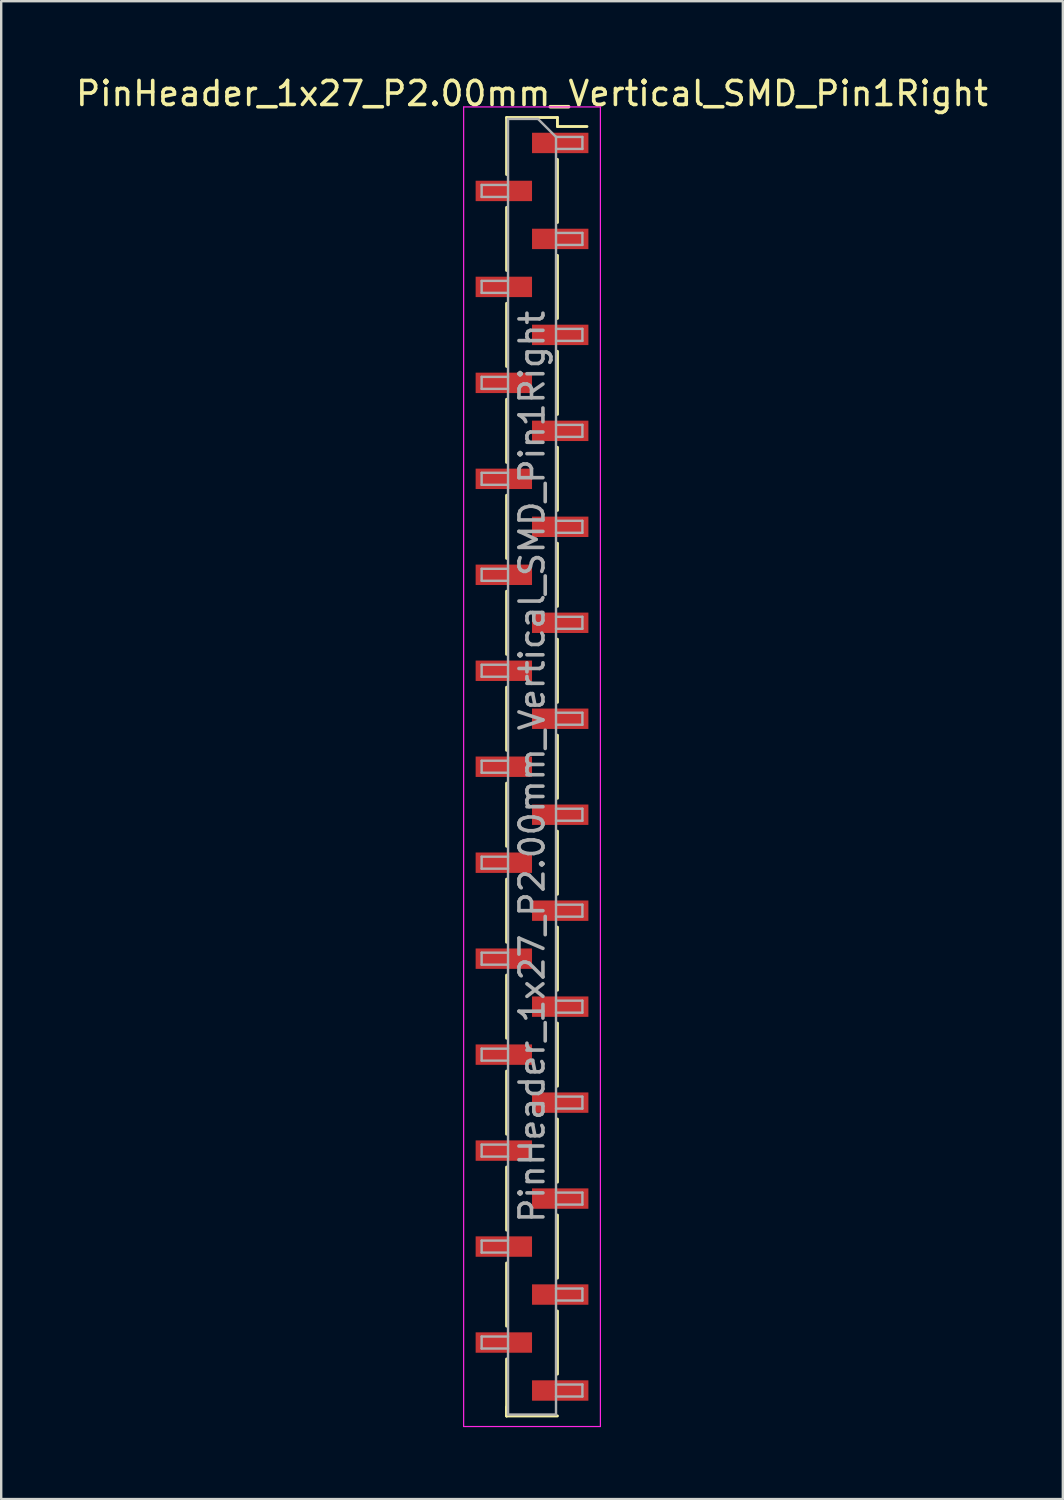
<source format=kicad_pcb>
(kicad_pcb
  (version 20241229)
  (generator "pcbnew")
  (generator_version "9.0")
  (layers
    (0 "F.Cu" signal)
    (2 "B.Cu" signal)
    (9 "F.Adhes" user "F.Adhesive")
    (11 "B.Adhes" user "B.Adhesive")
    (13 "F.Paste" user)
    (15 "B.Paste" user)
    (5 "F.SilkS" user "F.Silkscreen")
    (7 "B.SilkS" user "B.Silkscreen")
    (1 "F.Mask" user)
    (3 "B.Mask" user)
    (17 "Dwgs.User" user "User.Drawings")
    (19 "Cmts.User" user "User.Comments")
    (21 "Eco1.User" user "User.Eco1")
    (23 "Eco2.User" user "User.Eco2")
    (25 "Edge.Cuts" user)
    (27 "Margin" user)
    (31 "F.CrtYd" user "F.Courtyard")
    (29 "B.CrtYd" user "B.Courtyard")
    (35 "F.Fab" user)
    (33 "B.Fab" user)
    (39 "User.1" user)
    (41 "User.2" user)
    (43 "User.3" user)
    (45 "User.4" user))
  (footprint "PinHeader_1x27_P2.00mm_Vertical_SMD_Pin1Right"
    (layer "F.Cu")
    (at 19.125 28.908)
    (property "Reference" "PinHeader_1x27_P2.00mm_Vertical_SMD_Pin1Right" (at 0 -28.06 0) (layer "F.SilkS") (effects (font (size 1 1) (thickness 0.15))))
    (attr smd)
    (fp_line (start -1.06 -27.06) (end -1.06 -24.685) (stroke (width 0.12) (type solid)) (layer "F.SilkS"))
    (fp_line (start -1.06 -27.06) (end 1.06 -27.06) (stroke (width 0.12) (type solid)) (layer "F.SilkS"))
    (fp_line (start -1.06 -23.315) (end -1.06 -20.685) (stroke (width 0.12) (type solid)) (layer "F.SilkS"))
    (fp_line (start -1.06 -19.315) (end -1.06 -16.685) (stroke (width 0.12) (type solid)) (layer "F.SilkS"))
    (fp_line (start -1.06 -15.315) (end -1.06 -12.685) (stroke (width 0.12) (type solid)) (layer "F.SilkS"))
    (fp_line (start -1.06 -11.315) (end -1.06 -8.685) (stroke (width 0.12) (type solid)) (layer "F.SilkS"))
    (fp_line (start -1.06 -7.315) (end -1.06 -4.685) (stroke (width 0.12) (type solid)) (layer "F.SilkS"))
    (fp_line (start -1.06 -3.315) (end -1.06 -0.685) (stroke (width 0.12) (type solid)) (layer "F.SilkS"))
    (fp_line (start -1.06 0.685) (end -1.06 3.315) (stroke (width 0.12) (type solid)) (layer "F.SilkS"))
    (fp_line (start -1.06 4.685) (end -1.06 7.315) (stroke (width 0.12) (type solid)) (layer "F.SilkS"))
    (fp_line (start -1.06 8.685) (end -1.06 11.315) (stroke (width 0.12) (type solid)) (layer "F.SilkS"))
    (fp_line (start -1.06 12.685) (end -1.06 15.315) (stroke (width 0.12) (type solid)) (layer "F.SilkS"))
    (fp_line (start -1.06 16.685) (end -1.06 19.315) (stroke (width 0.12) (type solid)) (layer "F.SilkS"))
    (fp_line (start -1.06 20.685) (end -1.06 23.315) (stroke (width 0.12) (type solid)) (layer "F.SilkS"))
    (fp_line (start -1.06 24.685) (end -1.06 27.06) (stroke (width 0.12) (type solid)) (layer "F.SilkS"))
    (fp_line (start -1.06 26.685) (end -1.06 27.06) (stroke (width 0.12) (type solid)) (layer "F.SilkS"))
    (fp_line (start -1.06 27.06) (end 1.06 27.06) (stroke (width 0.12) (type solid)) (layer "F.SilkS"))
    (fp_line (start 1.06 -27.06) (end 1.06 -26.685) (stroke (width 0.12) (type solid)) (layer "F.SilkS"))
    (fp_line (start 1.06 -26.685) (end 2.29 -26.685) (stroke (width 0.12) (type solid)) (layer "F.SilkS"))
    (fp_line (start 1.06 -25.315) (end 1.06 -22.685) (stroke (width 0.12) (type solid)) (layer "F.SilkS"))
    (fp_line (start 1.06 -21.315) (end 1.06 -18.685) (stroke (width 0.12) (type solid)) (layer "F.SilkS"))
    (fp_line (start 1.06 -17.315) (end 1.06 -14.685) (stroke (width 0.12) (type solid)) (layer "F.SilkS"))
    (fp_line (start 1.06 -13.315) (end 1.06 -10.685) (stroke (width 0.12) (type solid)) (layer "F.SilkS"))
    (fp_line (start 1.06 -9.315) (end 1.06 -6.685) (stroke (width 0.12) (type solid)) (layer "F.SilkS"))
    (fp_line (start 1.06 -5.315) (end 1.06 -2.685) (stroke (width 0.12) (type solid)) (layer "F.SilkS"))
    (fp_line (start 1.06 -1.315) (end 1.06 1.315) (stroke (width 0.12) (type solid)) (layer "F.SilkS"))
    (fp_line (start 1.06 2.685) (end 1.06 5.315) (stroke (width 0.12) (type solid)) (layer "F.SilkS"))
    (fp_line (start 1.06 6.685) (end 1.06 9.315) (stroke (width 0.12) (type solid)) (layer "F.SilkS"))
    (fp_line (start 1.06 10.685) (end 1.06 13.315) (stroke (width 0.12) (type solid)) (layer "F.SilkS"))
    (fp_line (start 1.06 14.685) (end 1.06 17.315) (stroke (width 0.12) (type solid)) (layer "F.SilkS"))
    (fp_line (start 1.06 18.685) (end 1.06 21.315) (stroke (width 0.12) (type solid)) (layer "F.SilkS"))
    (fp_line (start 1.06 22.685) (end 1.06 25.315) (stroke (width 0.12) (type solid)) (layer "F.SilkS"))
    (fp_line (start -2.85 -27.5) (end -2.85 27.5) (stroke (width 0.05) (type solid)) (layer "F.CrtYd"))
    (fp_line (start -2.85 27.5) (end 2.85 27.5) (stroke (width 0.05) (type solid)) (layer "F.CrtYd"))
    (fp_line (start 2.85 -27.5) (end -2.85 -27.5) (stroke (width 0.05) (type solid)) (layer "F.CrtYd"))
    (fp_line (start 2.85 27.5) (end 2.85 -27.5) (stroke (width 0.05) (type solid)) (layer "F.CrtYd"))
    (fp_line (start -2.1 -24.25) (end -2.1 -23.75) (stroke (width 0.1) (type solid)) (layer "F.Fab"))
    (fp_line (start -2.1 -23.75) (end -1 -23.75) (stroke (width 0.1) (type solid)) (layer "F.Fab"))
    (fp_line (start -2.1 -20.25) (end -2.1 -19.75) (stroke (width 0.1) (type solid)) (layer "F.Fab"))
    (fp_line (start -2.1 -19.75) (end -1 -19.75) (stroke (width 0.1) (type solid)) (layer "F.Fab"))
    (fp_line (start -2.1 -16.25) (end -2.1 -15.75) (stroke (width 0.1) (type solid)) (layer "F.Fab"))
    (fp_line (start -2.1 -15.75) (end -1 -15.75) (stroke (width 0.1) (type solid)) (layer "F.Fab"))
    (fp_line (start -2.1 -12.25) (end -2.1 -11.75) (stroke (width 0.1) (type solid)) (layer "F.Fab"))
    (fp_line (start -2.1 -11.75) (end -1 -11.75) (stroke (width 0.1) (type solid)) (layer "F.Fab"))
    (fp_line (start -2.1 -8.25) (end -2.1 -7.75) (stroke (width 0.1) (type solid)) (layer "F.Fab"))
    (fp_line (start -2.1 -7.75) (end -1 -7.75) (stroke (width 0.1) (type solid)) (layer "F.Fab"))
    (fp_line (start -2.1 -4.25) (end -2.1 -3.75) (stroke (width 0.1) (type solid)) (layer "F.Fab"))
    (fp_line (start -2.1 -3.75) (end -1 -3.75) (stroke (width 0.1) (type solid)) (layer "F.Fab"))
    (fp_line (start -2.1 -0.25) (end -2.1 0.25) (stroke (width 0.1) (type solid)) (layer "F.Fab"))
    (fp_line (start -2.1 0.25) (end -1 0.25) (stroke (width 0.1) (type solid)) (layer "F.Fab"))
    (fp_line (start -2.1 3.75) (end -2.1 4.25) (stroke (width 0.1) (type solid)) (layer "F.Fab"))
    (fp_line (start -2.1 4.25) (end -1 4.25) (stroke (width 0.1) (type solid)) (layer "F.Fab"))
    (fp_line (start -2.1 7.75) (end -2.1 8.25) (stroke (width 0.1) (type solid)) (layer "F.Fab"))
    (fp_line (start -2.1 8.25) (end -1 8.25) (stroke (width 0.1) (type solid)) (layer "F.Fab"))
    (fp_line (start -2.1 11.75) (end -2.1 12.25) (stroke (width 0.1) (type solid)) (layer "F.Fab"))
    (fp_line (start -2.1 12.25) (end -1 12.25) (stroke (width 0.1) (type solid)) (layer "F.Fab"))
    (fp_line (start -2.1 15.75) (end -2.1 16.25) (stroke (width 0.1) (type solid)) (layer "F.Fab"))
    (fp_line (start -2.1 16.25) (end -1 16.25) (stroke (width 0.1) (type solid)) (layer "F.Fab"))
    (fp_line (start -2.1 19.75) (end -2.1 20.25) (stroke (width 0.1) (type solid)) (layer "F.Fab"))
    (fp_line (start -2.1 20.25) (end -1 20.25) (stroke (width 0.1) (type solid)) (layer "F.Fab"))
    (fp_line (start -2.1 23.75) (end -2.1 24.25) (stroke (width 0.1) (type solid)) (layer "F.Fab"))
    (fp_line (start -2.1 24.25) (end -1 24.25) (stroke (width 0.1) (type solid)) (layer "F.Fab"))
    (fp_line (start -1 -27) (end -1 27) (stroke (width 0.1) (type solid)) (layer "F.Fab"))
    (fp_line (start -1 -27) (end 0.25 -27) (stroke (width 0.1) (type solid)) (layer "F.Fab"))
    (fp_line (start -1 -24.25) (end -2.1 -24.25) (stroke (width 0.1) (type solid)) (layer "F.Fab"))
    (fp_line (start -1 -20.25) (end -2.1 -20.25) (stroke (width 0.1) (type solid)) (layer "F.Fab"))
    (fp_line (start -1 -16.25) (end -2.1 -16.25) (stroke (width 0.1) (type solid)) (layer "F.Fab"))
    (fp_line (start -1 -12.25) (end -2.1 -12.25) (stroke (width 0.1) (type solid)) (layer "F.Fab"))
    (fp_line (start -1 -8.25) (end -2.1 -8.25) (stroke (width 0.1) (type solid)) (layer "F.Fab"))
    (fp_line (start -1 -4.25) (end -2.1 -4.25) (stroke (width 0.1) (type solid)) (layer "F.Fab"))
    (fp_line (start -1 -0.25) (end -2.1 -0.25) (stroke (width 0.1) (type solid)) (layer "F.Fab"))
    (fp_line (start -1 3.75) (end -2.1 3.75) (stroke (width 0.1) (type solid)) (layer "F.Fab"))
    (fp_line (start -1 7.75) (end -2.1 7.75) (stroke (width 0.1) (type solid)) (layer "F.Fab"))
    (fp_line (start -1 11.75) (end -2.1 11.75) (stroke (width 0.1) (type solid)) (layer "F.Fab"))
    (fp_line (start -1 15.75) (end -2.1 15.75) (stroke (width 0.1) (type solid)) (layer "F.Fab"))
    (fp_line (start -1 19.75) (end -2.1 19.75) (stroke (width 0.1) (type solid)) (layer "F.Fab"))
    (fp_line (start -1 23.75) (end -2.1 23.75) (stroke (width 0.1) (type solid)) (layer "F.Fab"))
    (fp_line (start 1 -26.25) (end 0.25 -27) (stroke (width 0.1) (type solid)) (layer "F.Fab"))
    (fp_line (start 1 -26.25) (end 2.1 -26.25) (stroke (width 0.1) (type solid)) (layer "F.Fab"))
    (fp_line (start 1 -22.25) (end 2.1 -22.25) (stroke (width 0.1) (type solid)) (layer "F.Fab"))
    (fp_line (start 1 -18.25) (end 2.1 -18.25) (stroke (width 0.1) (type solid)) (layer "F.Fab"))
    (fp_line (start 1 -14.25) (end 2.1 -14.25) (stroke (width 0.1) (type solid)) (layer "F.Fab"))
    (fp_line (start 1 -10.25) (end 2.1 -10.25) (stroke (width 0.1) (type solid)) (layer "F.Fab"))
    (fp_line (start 1 -6.25) (end 2.1 -6.25) (stroke (width 0.1) (type solid)) (layer "F.Fab"))
    (fp_line (start 1 -2.25) (end 2.1 -2.25) (stroke (width 0.1) (type solid)) (layer "F.Fab"))
    (fp_line (start 1 1.75) (end 2.1 1.75) (stroke (width 0.1) (type solid)) (layer "F.Fab"))
    (fp_line (start 1 5.75) (end 2.1 5.75) (stroke (width 0.1) (type solid)) (layer "F.Fab"))
    (fp_line (start 1 9.75) (end 2.1 9.75) (stroke (width 0.1) (type solid)) (layer "F.Fab"))
    (fp_line (start 1 13.75) (end 2.1 13.75) (stroke (width 0.1) (type solid)) (layer "F.Fab"))
    (fp_line (start 1 17.75) (end 2.1 17.75) (stroke (width 0.1) (type solid)) (layer "F.Fab"))
    (fp_line (start 1 21.75) (end 2.1 21.75) (stroke (width 0.1) (type solid)) (layer "F.Fab"))
    (fp_line (start 1 25.75) (end 2.1 25.75) (stroke (width 0.1) (type solid)) (layer "F.Fab"))
    (fp_line (start 1 27) (end -1 27) (stroke (width 0.1) (type solid)) (layer "F.Fab"))
    (fp_line (start 1 27) (end 1 -26.25) (stroke (width 0.1) (type solid)) (layer "F.Fab"))
    (fp_line (start 2.1 -26.25) (end 2.1 -25.75) (stroke (width 0.1) (type solid)) (layer "F.Fab"))
    (fp_line (start 2.1 -25.75) (end 1 -25.75) (stroke (width 0.1) (type solid)) (layer "F.Fab"))
    (fp_line (start 2.1 -22.25) (end 2.1 -21.75) (stroke (width 0.1) (type solid)) (layer "F.Fab"))
    (fp_line (start 2.1 -21.75) (end 1 -21.75) (stroke (width 0.1) (type solid)) (layer "F.Fab"))
    (fp_line (start 2.1 -18.25) (end 2.1 -17.75) (stroke (width 0.1) (type solid)) (layer "F.Fab"))
    (fp_line (start 2.1 -17.75) (end 1 -17.75) (stroke (width 0.1) (type solid)) (layer "F.Fab"))
    (fp_line (start 2.1 -14.25) (end 2.1 -13.75) (stroke (width 0.1) (type solid)) (layer "F.Fab"))
    (fp_line (start 2.1 -13.75) (end 1 -13.75) (stroke (width 0.1) (type solid)) (layer "F.Fab"))
    (fp_line (start 2.1 -10.25) (end 2.1 -9.75) (stroke (width 0.1) (type solid)) (layer "F.Fab"))
    (fp_line (start 2.1 -9.75) (end 1 -9.75) (stroke (width 0.1) (type solid)) (layer "F.Fab"))
    (fp_line (start 2.1 -6.25) (end 2.1 -5.75) (stroke (width 0.1) (type solid)) (layer "F.Fab"))
    (fp_line (start 2.1 -5.75) (end 1 -5.75) (stroke (width 0.1) (type solid)) (layer "F.Fab"))
    (fp_line (start 2.1 -2.25) (end 2.1 -1.75) (stroke (width 0.1) (type solid)) (layer "F.Fab"))
    (fp_line (start 2.1 -1.75) (end 1 -1.75) (stroke (width 0.1) (type solid)) (layer "F.Fab"))
    (fp_line (start 2.1 1.75) (end 2.1 2.25) (stroke (width 0.1) (type solid)) (layer "F.Fab"))
    (fp_line (start 2.1 2.25) (end 1 2.25) (stroke (width 0.1) (type solid)) (layer "F.Fab"))
    (fp_line (start 2.1 5.75) (end 2.1 6.25) (stroke (width 0.1) (type solid)) (layer "F.Fab"))
    (fp_line (start 2.1 6.25) (end 1 6.25) (stroke (width 0.1) (type solid)) (layer "F.Fab"))
    (fp_line (start 2.1 9.75) (end 2.1 10.25) (stroke (width 0.1) (type solid)) (layer "F.Fab"))
    (fp_line (start 2.1 10.25) (end 1 10.25) (stroke (width 0.1) (type solid)) (layer "F.Fab"))
    (fp_line (start 2.1 13.75) (end 2.1 14.25) (stroke (width 0.1) (type solid)) (layer "F.Fab"))
    (fp_line (start 2.1 14.25) (end 1 14.25) (stroke (width 0.1) (type solid)) (layer "F.Fab"))
    (fp_line (start 2.1 17.75) (end 2.1 18.25) (stroke (width 0.1) (type solid)) (layer "F.Fab"))
    (fp_line (start 2.1 18.25) (end 1 18.25) (stroke (width 0.1) (type solid)) (layer "F.Fab"))
    (fp_line (start 2.1 21.75) (end 2.1 22.25) (stroke (width 0.1) (type solid)) (layer "F.Fab"))
    (fp_line (start 2.1 22.25) (end 1 22.25) (stroke (width 0.1) (type solid)) (layer "F.Fab"))
    (fp_line (start 2.1 25.75) (end 2.1 26.25) (stroke (width 0.1) (type solid)) (layer "F.Fab"))
    (fp_line (start 2.1 26.25) (end 1 26.25) (stroke (width 0.1) (type solid)) (layer "F.Fab"))
    (fp_text user "${REFERENCE}" (at 0 0 90) (layer "F.Fab") (effects (font (size 1 1) (thickness 0.15))))
    (pad "1" smd rect (at 1.175 -26) (size 2.35 0.85) (layers "F.Cu" "F.Mask" "F.Paste"))
    (pad "2" smd rect (at -1.175 -24) (size 2.35 0.85) (layers "F.Cu" "F.Mask" "F.Paste"))
    (pad "3" smd rect (at 1.175 -22) (size 2.35 0.85) (layers "F.Cu" "F.Mask" "F.Paste"))
    (pad "4" smd rect (at -1.175 -20) (size 2.35 0.85) (layers "F.Cu" "F.Mask" "F.Paste"))
    (pad "5" smd rect (at 1.175 -18) (size 2.35 0.85) (layers "F.Cu" "F.Mask" "F.Paste"))
    (pad "6" smd rect (at -1.175 -16) (size 2.35 0.85) (layers "F.Cu" "F.Mask" "F.Paste"))
    (pad "7" smd rect (at 1.175 -14) (size 2.35 0.85) (layers "F.Cu" "F.Mask" "F.Paste"))
    (pad "8" smd rect (at -1.175 -12) (size 2.35 0.85) (layers "F.Cu" "F.Mask" "F.Paste"))
    (pad "9" smd rect (at 1.175 -10) (size 2.35 0.85) (layers "F.Cu" "F.Mask" "F.Paste"))
    (pad "10" smd rect (at -1.175 -8) (size 2.35 0.85) (layers "F.Cu" "F.Mask" "F.Paste"))
    (pad "11" smd rect (at 1.175 -6) (size 2.35 0.85) (layers "F.Cu" "F.Mask" "F.Paste"))
    (pad "12" smd rect (at -1.175 -4) (size 2.35 0.85) (layers "F.Cu" "F.Mask" "F.Paste"))
    (pad "13" smd rect (at 1.175 -2) (size 2.35 0.85) (layers "F.Cu" "F.Mask" "F.Paste"))
    (pad "14" smd rect (at -1.175 0) (size 2.35 0.85) (layers "F.Cu" "F.Mask" "F.Paste"))
    (pad "15" smd rect (at 1.175 2) (size 2.35 0.85) (layers "F.Cu" "F.Mask" "F.Paste"))
    (pad "16" smd rect (at -1.175 4) (size 2.35 0.85) (layers "F.Cu" "F.Mask" "F.Paste"))
    (pad "17" smd rect (at 1.175 6) (size 2.35 0.85) (layers "F.Cu" "F.Mask" "F.Paste"))
    (pad "18" smd rect (at -1.175 8) (size 2.35 0.85) (layers "F.Cu" "F.Mask" "F.Paste"))
    (pad "19" smd rect (at 1.175 10) (size 2.35 0.85) (layers "F.Cu" "F.Mask" "F.Paste"))
    (pad "20" smd rect (at -1.175 12) (size 2.35 0.85) (layers "F.Cu" "F.Mask" "F.Paste"))
    (pad "21" smd rect (at 1.175 14) (size 2.35 0.85) (layers "F.Cu" "F.Mask" "F.Paste"))
    (pad "22" smd rect (at -1.175 16) (size 2.35 0.85) (layers "F.Cu" "F.Mask" "F.Paste"))
    (pad "23" smd rect (at 1.175 18) (size 2.35 0.85) (layers "F.Cu" "F.Mask" "F.Paste"))
    (pad "24" smd rect (at -1.175 20) (size 2.35 0.85) (layers "F.Cu" "F.Mask" "F.Paste"))
    (pad "25" smd rect (at 1.175 22) (size 2.35 0.85) (layers "F.Cu" "F.Mask" "F.Paste"))
    (pad "26" smd rect (at -1.175 24) (size 2.35 0.85) (layers "F.Cu" "F.Mask" "F.Paste"))
    (pad "27" smd rect (at 1.175 26) (size 2.35 0.85) (layers "F.Cu" "F.Mask" "F.Paste")))
  (gr_rect
    (start -3 -3)
    (end 41.25 59.433)
    (stroke (width 0.1) (type default))
    (fill no)
    (layer "Edge.Cuts")))
</source>
